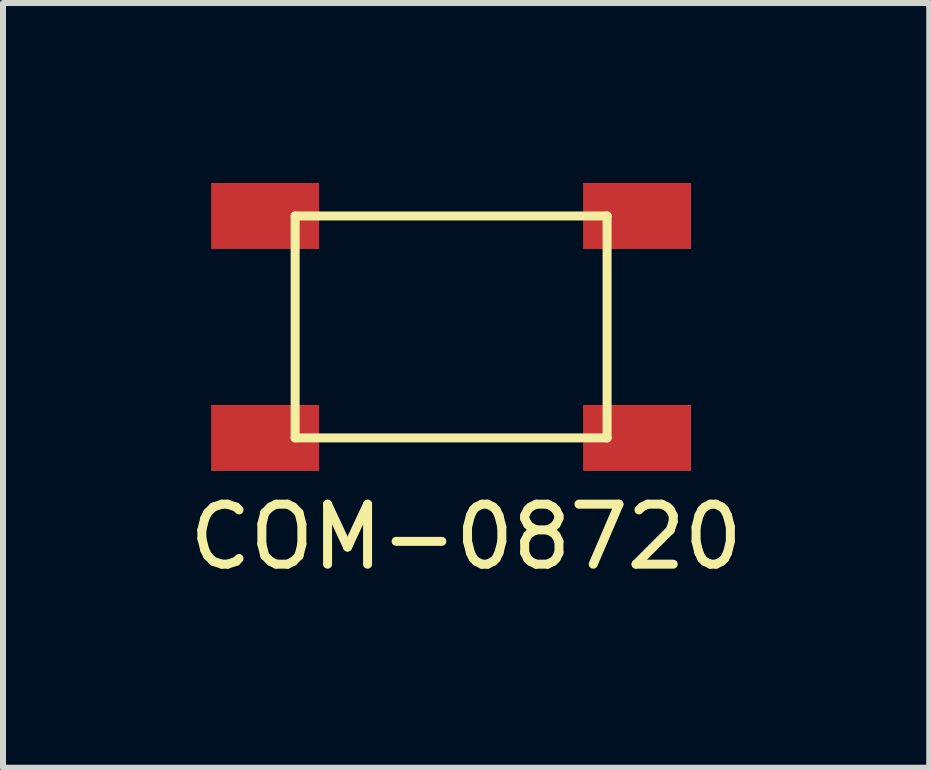
<source format=kicad_pcb>
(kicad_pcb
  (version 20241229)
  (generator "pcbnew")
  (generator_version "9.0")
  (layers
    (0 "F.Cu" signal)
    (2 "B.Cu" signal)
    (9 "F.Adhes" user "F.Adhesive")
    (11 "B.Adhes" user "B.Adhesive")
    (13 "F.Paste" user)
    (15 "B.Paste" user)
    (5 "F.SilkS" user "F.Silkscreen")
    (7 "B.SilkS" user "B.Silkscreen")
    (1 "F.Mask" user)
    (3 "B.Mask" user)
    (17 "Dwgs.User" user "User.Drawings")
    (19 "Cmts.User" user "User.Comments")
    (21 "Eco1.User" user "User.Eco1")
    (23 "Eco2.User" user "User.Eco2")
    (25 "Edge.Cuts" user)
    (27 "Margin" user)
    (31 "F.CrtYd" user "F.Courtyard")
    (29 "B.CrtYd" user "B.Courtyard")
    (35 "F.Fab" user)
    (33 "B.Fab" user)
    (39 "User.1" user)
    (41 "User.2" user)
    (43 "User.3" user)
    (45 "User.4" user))
  (footprint "COM-08720"
    (layer "F.Cu")
    (at 4.47 2.4)
    (property "Reference" "COM-08720" (at 0.25 3.5 0) (layer "F.SilkS") (effects (font (size 1 1) (thickness 0.15))))
    (attr through_hole)
    (fp_line (start -2.6 -1.85) (end -2.6 1.85) (stroke (width 0.15) (type solid)) (layer "F.SilkS"))
    (fp_line (start -2.6 1.85) (end 2.6 1.85) (stroke (width 0.15) (type solid)) (layer "F.SilkS"))
    (fp_line (start 2.6 -1.85) (end -2.6 -1.85) (stroke (width 0.15) (type solid)) (layer "F.SilkS"))
    (fp_line (start 2.6 1.85) (end 2.6 -1.85) (stroke (width 0.15) (type solid)) (layer "F.SilkS"))
    (pad "1" smd rect (at -3.1 -1.85) (size 1.8 1.1) (layers "F.Cu" "F.Mask" "F.Paste"))
    (pad "2" smd rect (at -3.1 1.85) (size 1.8 1.1) (layers "F.Cu" "F.Mask" "F.Paste"))
    (pad "3" smd rect (at 3.1 -1.85) (size 1.8 1.1) (layers "F.Cu" "F.Mask" "F.Paste"))
    (pad "4" smd rect (at 3.1 1.85) (size 1.8 1.1) (layers "F.Cu" "F.Mask" "F.Paste")))
  (gr_rect
    (start -3 -3)
    (end 12.44 9.748)
    (stroke (width 0.1) (type default))
    (fill no)
    (layer "Edge.Cuts")))
</source>
